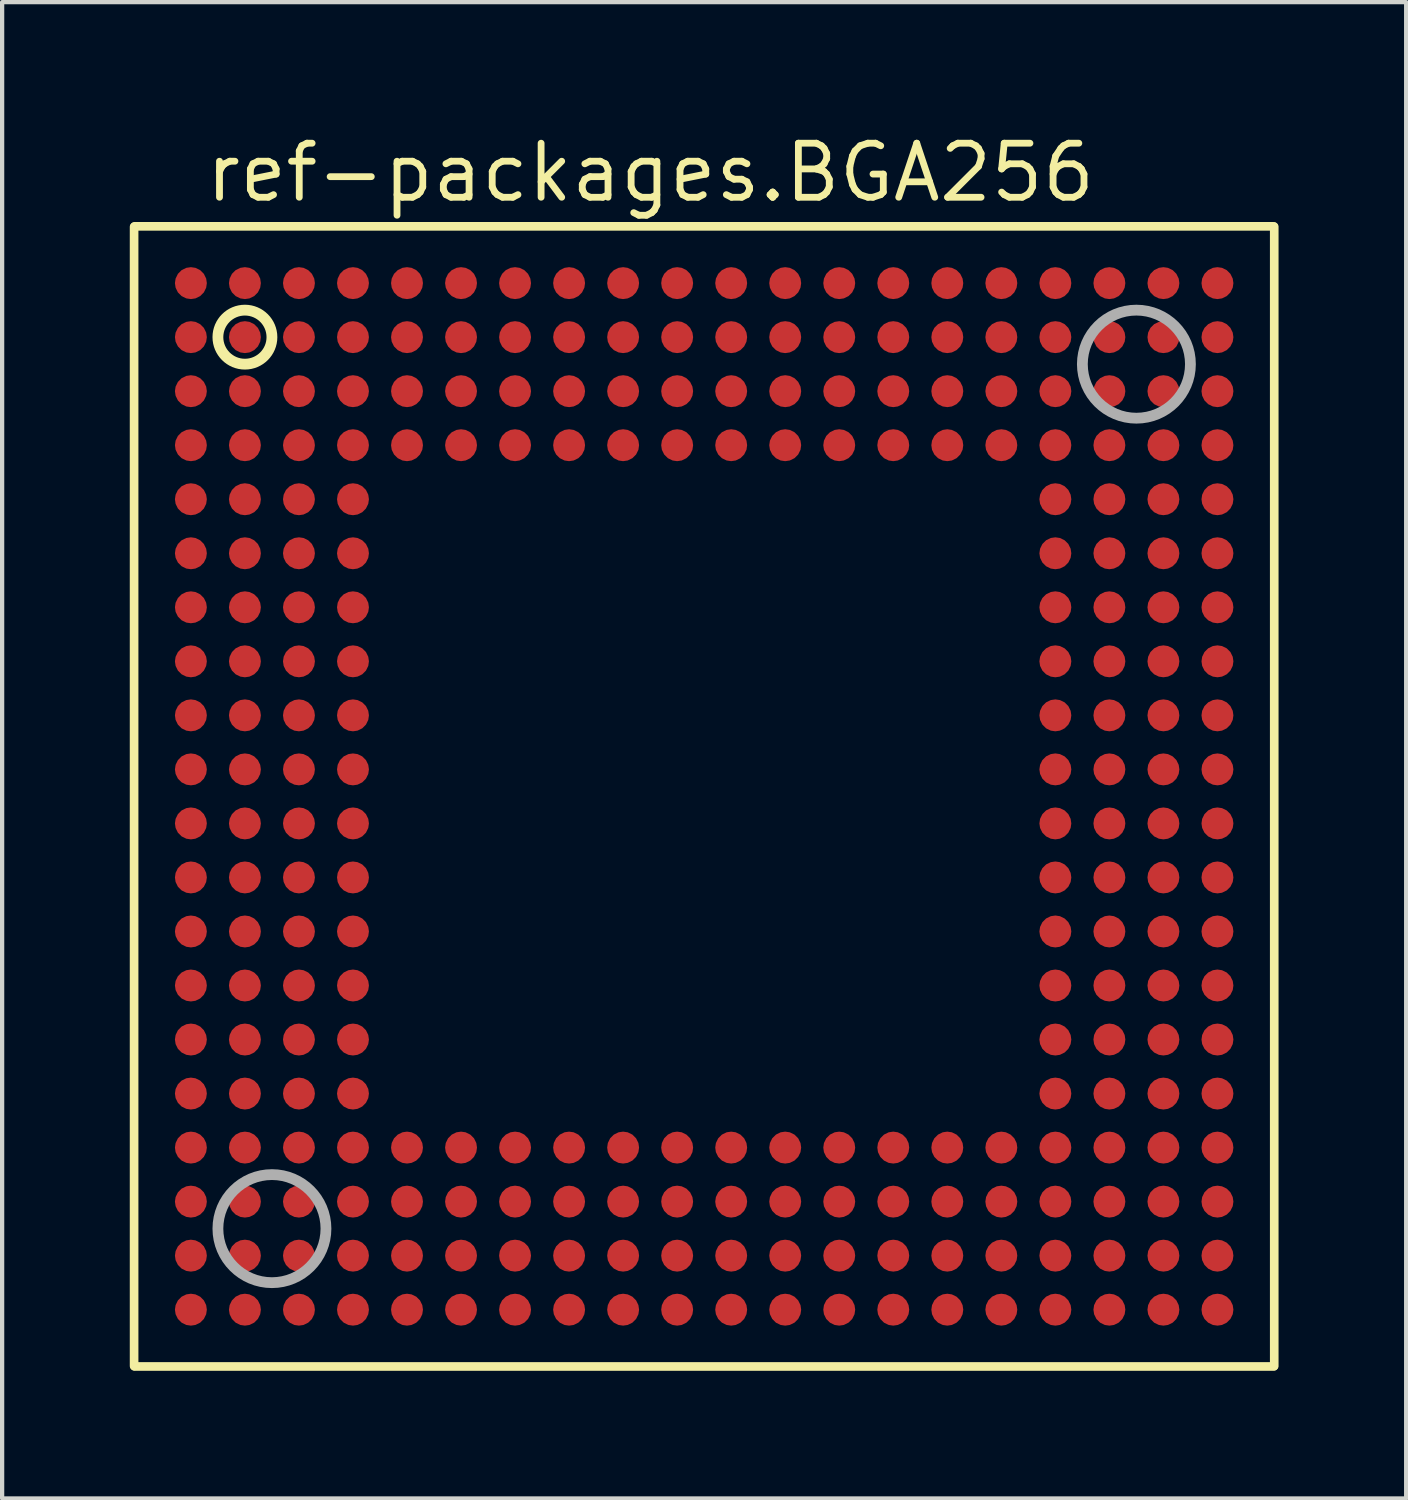
<source format=kicad_pcb>
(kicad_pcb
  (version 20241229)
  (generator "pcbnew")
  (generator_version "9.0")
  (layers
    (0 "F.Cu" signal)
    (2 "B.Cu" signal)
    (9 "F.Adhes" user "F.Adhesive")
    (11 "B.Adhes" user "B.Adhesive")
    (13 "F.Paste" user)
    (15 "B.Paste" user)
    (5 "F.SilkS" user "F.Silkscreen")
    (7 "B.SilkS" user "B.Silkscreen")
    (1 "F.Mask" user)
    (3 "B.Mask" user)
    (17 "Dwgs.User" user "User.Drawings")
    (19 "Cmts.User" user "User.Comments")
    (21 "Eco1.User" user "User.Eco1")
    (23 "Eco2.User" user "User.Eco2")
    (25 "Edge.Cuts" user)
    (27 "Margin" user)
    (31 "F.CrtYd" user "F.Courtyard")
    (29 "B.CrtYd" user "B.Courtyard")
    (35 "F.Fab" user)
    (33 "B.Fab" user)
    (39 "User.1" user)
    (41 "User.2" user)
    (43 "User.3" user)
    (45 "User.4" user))
  (footprint "ref-packages.BGA256"
    (layer "F.Cu")
    (at 13.502 15.67)
    (property "Reference" "ref-packages.BGA256" (at -11.8 -13.92 0) (layer "F.SilkS") (effects (font (size 1.27 1.27) (thickness 0.16)) (justify left bottom)))
    (attr smd)
    (fp_line (start -13.4 13.389) (end -13.4 -13.389) (stroke (width 0.203) (type default)) (layer "F.SilkS"))
    (fp_line (start -13.389 -13.4) (end 13.389 -13.4) (stroke (width 0.203) (type default)) (layer "F.SilkS"))
    (fp_line (start 13.389 13.4) (end -13.389 13.4) (stroke (width 0.203) (type default)) (layer "F.SilkS"))
    (fp_line (start 13.4 -13.389) (end 13.4 13.389) (stroke (width 0.203) (type default)) (layer "F.SilkS"))
    (fp_circle (center -10.795 -10.795) (end -10.16 -10.795) (stroke (width 0.254) (type default)) (fill no) (layer "F.SilkS"))
    (fp_circle (center -10.16 10.16) (end -8.89 10.16) (stroke (width 0.254) (type default)) (fill no) (layer "F.Fab"))
    (fp_circle (center 10.16 -10.16) (end 11.43 -10.16) (stroke (width 0.254) (type default)) (fill no) (layer "F.Fab"))
    (pad "A1" smd roundrect (at -12.065 -12.065) (size 0.75 0.75) (layers "F.Cu" "F.Mask" "F.Paste") (roundrect_rratio 0.5))
    (pad "A2" smd roundrect (at -10.795 -12.065) (size 0.75 0.75) (layers "F.Cu" "F.Mask" "F.Paste") (roundrect_rratio 0.5))
    (pad "A3" smd roundrect (at -9.525 -12.065) (size 0.75 0.75) (layers "F.Cu" "F.Mask" "F.Paste") (roundrect_rratio 0.5))
    (pad "A4" smd roundrect (at -8.255 -12.065) (size 0.75 0.75) (layers "F.Cu" "F.Mask" "F.Paste") (roundrect_rratio 0.5))
    (pad "A5" smd roundrect (at -6.985 -12.065) (size 0.75 0.75) (layers "F.Cu" "F.Mask" "F.Paste") (roundrect_rratio 0.5))
    (pad "A6" smd roundrect (at -5.715 -12.065) (size 0.75 0.75) (layers "F.Cu" "F.Mask" "F.Paste") (roundrect_rratio 0.5))
    (pad "A7" smd roundrect (at -4.445 -12.065) (size 0.75 0.75) (layers "F.Cu" "F.Mask" "F.Paste") (roundrect_rratio 0.5))
    (pad "A8" smd roundrect (at -3.175 -12.065) (size 0.75 0.75) (layers "F.Cu" "F.Mask" "F.Paste") (roundrect_rratio 0.5))
    (pad "A9" smd roundrect (at -1.905 -12.065) (size 0.75 0.75) (layers "F.Cu" "F.Mask" "F.Paste") (roundrect_rratio 0.5))
    (pad "A10" smd roundrect (at -0.635 -12.065) (size 0.75 0.75) (layers "F.Cu" "F.Mask" "F.Paste") (roundrect_rratio 0.5))
    (pad "A11" smd roundrect (at 0.635 -12.065) (size 0.75 0.75) (layers "F.Cu" "F.Mask" "F.Paste") (roundrect_rratio 0.5))
    (pad "A12" smd roundrect (at 1.905 -12.065) (size 0.75 0.75) (layers "F.Cu" "F.Mask" "F.Paste") (roundrect_rratio 0.5))
    (pad "A13" smd roundrect (at 3.175 -12.065) (size 0.75 0.75) (layers "F.Cu" "F.Mask" "F.Paste") (roundrect_rratio 0.5))
    (pad "A14" smd roundrect (at 4.445 -12.065) (size 0.75 0.75) (layers "F.Cu" "F.Mask" "F.Paste") (roundrect_rratio 0.5))
    (pad "A15" smd roundrect (at 5.715 -12.065) (size 0.75 0.75) (layers "F.Cu" "F.Mask" "F.Paste") (roundrect_rratio 0.5))
    (pad "A16" smd roundrect (at 6.985 -12.065) (size 0.75 0.75) (layers "F.Cu" "F.Mask" "F.Paste") (roundrect_rratio 0.5))
    (pad "A17" smd roundrect (at 8.255 -12.065) (size 0.75 0.75) (layers "F.Cu" "F.Mask" "F.Paste") (roundrect_rratio 0.5))
    (pad "A18" smd roundrect (at 9.525 -12.065) (size 0.75 0.75) (layers "F.Cu" "F.Mask" "F.Paste") (roundrect_rratio 0.5))
    (pad "A19" smd roundrect (at 10.795 -12.065) (size 0.75 0.75) (layers "F.Cu" "F.Mask" "F.Paste") (roundrect_rratio 0.5))
    (pad "A20" smd roundrect (at 12.065 -12.065) (size 0.75 0.75) (layers "F.Cu" "F.Mask" "F.Paste") (roundrect_rratio 0.5))
    (pad "B1" smd roundrect (at -12.065 -10.795) (size 0.75 0.75) (layers "F.Cu" "F.Mask" "F.Paste") (roundrect_rratio 0.5))
    (pad "B2" smd roundrect (at -10.795 -10.795) (size 0.75 0.75) (layers "F.Cu" "F.Mask" "F.Paste") (roundrect_rratio 0.5))
    (pad "B3" smd roundrect (at -9.525 -10.795) (size 0.75 0.75) (layers "F.Cu" "F.Mask" "F.Paste") (roundrect_rratio 0.5))
    (pad "B4" smd roundrect (at -8.255 -10.795) (size 0.75 0.75) (layers "F.Cu" "F.Mask" "F.Paste") (roundrect_rratio 0.5))
    (pad "B5" smd roundrect (at -6.985 -10.795) (size 0.75 0.75) (layers "F.Cu" "F.Mask" "F.Paste") (roundrect_rratio 0.5))
    (pad "B6" smd roundrect (at -5.715 -10.795) (size 0.75 0.75) (layers "F.Cu" "F.Mask" "F.Paste") (roundrect_rratio 0.5))
    (pad "B7" smd roundrect (at -4.445 -10.795) (size 0.75 0.75) (layers "F.Cu" "F.Mask" "F.Paste") (roundrect_rratio 0.5))
    (pad "B8" smd roundrect (at -3.175 -10.795) (size 0.75 0.75) (layers "F.Cu" "F.Mask" "F.Paste") (roundrect_rratio 0.5))
    (pad "B9" smd roundrect (at -1.905 -10.795) (size 0.75 0.75) (layers "F.Cu" "F.Mask" "F.Paste") (roundrect_rratio 0.5))
    (pad "B10" smd roundrect (at -0.635 -10.795) (size 0.75 0.75) (layers "F.Cu" "F.Mask" "F.Paste") (roundrect_rratio 0.5))
    (pad "B11" smd roundrect (at 0.635 -10.795) (size 0.75 0.75) (layers "F.Cu" "F.Mask" "F.Paste") (roundrect_rratio 0.5))
    (pad "B12" smd roundrect (at 1.905 -10.795) (size 0.75 0.75) (layers "F.Cu" "F.Mask" "F.Paste") (roundrect_rratio 0.5))
    (pad "B13" smd roundrect (at 3.175 -10.795) (size 0.75 0.75) (layers "F.Cu" "F.Mask" "F.Paste") (roundrect_rratio 0.5))
    (pad "B14" smd roundrect (at 4.445 -10.795) (size 0.75 0.75) (layers "F.Cu" "F.Mask" "F.Paste") (roundrect_rratio 0.5))
    (pad "B15" smd roundrect (at 5.715 -10.795) (size 0.75 0.75) (layers "F.Cu" "F.Mask" "F.Paste") (roundrect_rratio 0.5))
    (pad "B16" smd roundrect (at 6.985 -10.795) (size 0.75 0.75) (layers "F.Cu" "F.Mask" "F.Paste") (roundrect_rratio 0.5))
    (pad "B17" smd roundrect (at 8.255 -10.795) (size 0.75 0.75) (layers "F.Cu" "F.Mask" "F.Paste") (roundrect_rratio 0.5))
    (pad "B18" smd roundrect (at 9.525 -10.795) (size 0.75 0.75) (layers "F.Cu" "F.Mask" "F.Paste") (roundrect_rratio 0.5))
    (pad "B19" smd roundrect (at 10.795 -10.795) (size 0.75 0.75) (layers "F.Cu" "F.Mask" "F.Paste") (roundrect_rratio 0.5))
    (pad "B20" smd roundrect (at 12.065 -10.795) (size 0.75 0.75) (layers "F.Cu" "F.Mask" "F.Paste") (roundrect_rratio 0.5))
    (pad "C1" smd roundrect (at -12.065 -9.525) (size 0.75 0.75) (layers "F.Cu" "F.Mask" "F.Paste") (roundrect_rratio 0.5))
    (pad "C2" smd roundrect (at -10.795 -9.525) (size 0.75 0.75) (layers "F.Cu" "F.Mask" "F.Paste") (roundrect_rratio 0.5))
    (pad "C3" smd roundrect (at -9.525 -9.525) (size 0.75 0.75) (layers "F.Cu" "F.Mask" "F.Paste") (roundrect_rratio 0.5))
    (pad "C4" smd roundrect (at -8.255 -9.525) (size 0.75 0.75) (layers "F.Cu" "F.Mask" "F.Paste") (roundrect_rratio 0.5))
    (pad "C5" smd roundrect (at -6.985 -9.525) (size 0.75 0.75) (layers "F.Cu" "F.Mask" "F.Paste") (roundrect_rratio 0.5))
    (pad "C6" smd roundrect (at -5.715 -9.525) (size 0.75 0.75) (layers "F.Cu" "F.Mask" "F.Paste") (roundrect_rratio 0.5))
    (pad "C7" smd roundrect (at -4.445 -9.525) (size 0.75 0.75) (layers "F.Cu" "F.Mask" "F.Paste") (roundrect_rratio 0.5))
    (pad "C8" smd roundrect (at -3.175 -9.525) (size 0.75 0.75) (layers "F.Cu" "F.Mask" "F.Paste") (roundrect_rratio 0.5))
    (pad "C9" smd roundrect (at -1.905 -9.525) (size 0.75 0.75) (layers "F.Cu" "F.Mask" "F.Paste") (roundrect_rratio 0.5))
    (pad "C10" smd roundrect (at -0.635 -9.525) (size 0.75 0.75) (layers "F.Cu" "F.Mask" "F.Paste") (roundrect_rratio 0.5))
    (pad "C11" smd roundrect (at 0.635 -9.525) (size 0.75 0.75) (layers "F.Cu" "F.Mask" "F.Paste") (roundrect_rratio 0.5))
    (pad "C12" smd roundrect (at 1.905 -9.525) (size 0.75 0.75) (layers "F.Cu" "F.Mask" "F.Paste") (roundrect_rratio 0.5))
    (pad "C13" smd roundrect (at 3.175 -9.525) (size 0.75 0.75) (layers "F.Cu" "F.Mask" "F.Paste") (roundrect_rratio 0.5))
    (pad "C14" smd roundrect (at 4.445 -9.525) (size 0.75 0.75) (layers "F.Cu" "F.Mask" "F.Paste") (roundrect_rratio 0.5))
    (pad "C15" smd roundrect (at 5.715 -9.525) (size 0.75 0.75) (layers "F.Cu" "F.Mask" "F.Paste") (roundrect_rratio 0.5))
    (pad "C16" smd roundrect (at 6.985 -9.525) (size 0.75 0.75) (layers "F.Cu" "F.Mask" "F.Paste") (roundrect_rratio 0.5))
    (pad "C17" smd roundrect (at 8.255 -9.525) (size 0.75 0.75) (layers "F.Cu" "F.Mask" "F.Paste") (roundrect_rratio 0.5))
    (pad "C18" smd roundrect (at 9.525 -9.525) (size 0.75 0.75) (layers "F.Cu" "F.Mask" "F.Paste") (roundrect_rratio 0.5))
    (pad "C19" smd roundrect (at 10.795 -9.525) (size 0.75 0.75) (layers "F.Cu" "F.Mask" "F.Paste") (roundrect_rratio 0.5))
    (pad "C20" smd roundrect (at 12.065 -9.525) (size 0.75 0.75) (layers "F.Cu" "F.Mask" "F.Paste") (roundrect_rratio 0.5))
    (pad "D1" smd roundrect (at -12.065 -8.255) (size 0.75 0.75) (layers "F.Cu" "F.Mask" "F.Paste") (roundrect_rratio 0.5))
    (pad "D2" smd roundrect (at -10.795 -8.255) (size 0.75 0.75) (layers "F.Cu" "F.Mask" "F.Paste") (roundrect_rratio 0.5))
    (pad "D3" smd roundrect (at -9.525 -8.255) (size 0.75 0.75) (layers "F.Cu" "F.Mask" "F.Paste") (roundrect_rratio 0.5))
    (pad "D4" smd roundrect (at -8.255 -8.255) (size 0.75 0.75) (layers "F.Cu" "F.Mask" "F.Paste") (roundrect_rratio 0.5))
    (pad "D5" smd roundrect (at -6.985 -8.255) (size 0.75 0.75) (layers "F.Cu" "F.Mask" "F.Paste") (roundrect_rratio 0.5))
    (pad "D6" smd roundrect (at -5.715 -8.255) (size 0.75 0.75) (layers "F.Cu" "F.Mask" "F.Paste") (roundrect_rratio 0.5))
    (pad "D7" smd roundrect (at -4.445 -8.255) (size 0.75 0.75) (layers "F.Cu" "F.Mask" "F.Paste") (roundrect_rratio 0.5))
    (pad "D8" smd roundrect (at -3.175 -8.255) (size 0.75 0.75) (layers "F.Cu" "F.Mask" "F.Paste") (roundrect_rratio 0.5))
    (pad "D9" smd roundrect (at -1.905 -8.255) (size 0.75 0.75) (layers "F.Cu" "F.Mask" "F.Paste") (roundrect_rratio 0.5))
    (pad "D10" smd roundrect (at -0.635 -8.255) (size 0.75 0.75) (layers "F.Cu" "F.Mask" "F.Paste") (roundrect_rratio 0.5))
    (pad "D11" smd roundrect (at 0.635 -8.255) (size 0.75 0.75) (layers "F.Cu" "F.Mask" "F.Paste") (roundrect_rratio 0.5))
    (pad "D12" smd roundrect (at 1.905 -8.255) (size 0.75 0.75) (layers "F.Cu" "F.Mask" "F.Paste") (roundrect_rratio 0.5))
    (pad "D13" smd roundrect (at 3.175 -8.255) (size 0.75 0.75) (layers "F.Cu" "F.Mask" "F.Paste") (roundrect_rratio 0.5))
    (pad "D14" smd roundrect (at 4.445 -8.255) (size 0.75 0.75) (layers "F.Cu" "F.Mask" "F.Paste") (roundrect_rratio 0.5))
    (pad "D15" smd roundrect (at 5.715 -8.255) (size 0.75 0.75) (layers "F.Cu" "F.Mask" "F.Paste") (roundrect_rratio 0.5))
    (pad "D16" smd roundrect (at 6.985 -8.255) (size 0.75 0.75) (layers "F.Cu" "F.Mask" "F.Paste") (roundrect_rratio 0.5))
    (pad "D17" smd roundrect (at 8.255 -8.255) (size 0.75 0.75) (layers "F.Cu" "F.Mask" "F.Paste") (roundrect_rratio 0.5))
    (pad "D18" smd roundrect (at 9.525 -8.255) (size 0.75 0.75) (layers "F.Cu" "F.Mask" "F.Paste") (roundrect_rratio 0.5))
    (pad "D19" smd roundrect (at 10.795 -8.255) (size 0.75 0.75) (layers "F.Cu" "F.Mask" "F.Paste") (roundrect_rratio 0.5))
    (pad "D20" smd roundrect (at 12.065 -8.255) (size 0.75 0.75) (layers "F.Cu" "F.Mask" "F.Paste") (roundrect_rratio 0.5))
    (pad "E1" smd roundrect (at -12.065 -6.985) (size 0.75 0.75) (layers "F.Cu" "F.Mask" "F.Paste") (roundrect_rratio 0.5))
    (pad "E2" smd roundrect (at -10.795 -6.985) (size 0.75 0.75) (layers "F.Cu" "F.Mask" "F.Paste") (roundrect_rratio 0.5))
    (pad "E3" smd roundrect (at -9.525 -6.985) (size 0.75 0.75) (layers "F.Cu" "F.Mask" "F.Paste") (roundrect_rratio 0.5))
    (pad "E4" smd roundrect (at -8.255 -6.985) (size 0.75 0.75) (layers "F.Cu" "F.Mask" "F.Paste") (roundrect_rratio 0.5))
    (pad "E17" smd roundrect (at 8.255 -6.985) (size 0.75 0.75) (layers "F.Cu" "F.Mask" "F.Paste") (roundrect_rratio 0.5))
    (pad "E18" smd roundrect (at 9.525 -6.985) (size 0.75 0.75) (layers "F.Cu" "F.Mask" "F.Paste") (roundrect_rratio 0.5))
    (pad "E19" smd roundrect (at 10.795 -6.985) (size 0.75 0.75) (layers "F.Cu" "F.Mask" "F.Paste") (roundrect_rratio 0.5))
    (pad "E20" smd roundrect (at 12.065 -6.985) (size 0.75 0.75) (layers "F.Cu" "F.Mask" "F.Paste") (roundrect_rratio 0.5))
    (pad "F1" smd roundrect (at -12.065 -5.715) (size 0.75 0.75) (layers "F.Cu" "F.Mask" "F.Paste") (roundrect_rratio 0.5))
    (pad "F2" smd roundrect (at -10.795 -5.715) (size 0.75 0.75) (layers "F.Cu" "F.Mask" "F.Paste") (roundrect_rratio 0.5))
    (pad "F3" smd roundrect (at -9.525 -5.715) (size 0.75 0.75) (layers "F.Cu" "F.Mask" "F.Paste") (roundrect_rratio 0.5))
    (pad "F4" smd roundrect (at -8.255 -5.715) (size 0.75 0.75) (layers "F.Cu" "F.Mask" "F.Paste") (roundrect_rratio 0.5))
    (pad "F17" smd roundrect (at 8.255 -5.715) (size 0.75 0.75) (layers "F.Cu" "F.Mask" "F.Paste") (roundrect_rratio 0.5))
    (pad "F18" smd roundrect (at 9.525 -5.715) (size 0.75 0.75) (layers "F.Cu" "F.Mask" "F.Paste") (roundrect_rratio 0.5))
    (pad "F19" smd roundrect (at 10.795 -5.715) (size 0.75 0.75) (layers "F.Cu" "F.Mask" "F.Paste") (roundrect_rratio 0.5))
    (pad "F20" smd roundrect (at 12.065 -5.715) (size 0.75 0.75) (layers "F.Cu" "F.Mask" "F.Paste") (roundrect_rratio 0.5))
    (pad "G1" smd roundrect (at -12.065 -4.445) (size 0.75 0.75) (layers "F.Cu" "F.Mask" "F.Paste") (roundrect_rratio 0.5))
    (pad "G2" smd roundrect (at -10.795 -4.445) (size 0.75 0.75) (layers "F.Cu" "F.Mask" "F.Paste") (roundrect_rratio 0.5))
    (pad "G3" smd roundrect (at -9.525 -4.445) (size 0.75 0.75) (layers "F.Cu" "F.Mask" "F.Paste") (roundrect_rratio 0.5))
    (pad "G4" smd roundrect (at -8.255 -4.445) (size 0.75 0.75) (layers "F.Cu" "F.Mask" "F.Paste") (roundrect_rratio 0.5))
    (pad "G17" smd roundrect (at 8.255 -4.445) (size 0.75 0.75) (layers "F.Cu" "F.Mask" "F.Paste") (roundrect_rratio 0.5))
    (pad "G18" smd roundrect (at 9.525 -4.445) (size 0.75 0.75) (layers "F.Cu" "F.Mask" "F.Paste") (roundrect_rratio 0.5))
    (pad "G19" smd roundrect (at 10.795 -4.445) (size 0.75 0.75) (layers "F.Cu" "F.Mask" "F.Paste") (roundrect_rratio 0.5))
    (pad "G20" smd roundrect (at 12.065 -4.445) (size 0.75 0.75) (layers "F.Cu" "F.Mask" "F.Paste") (roundrect_rratio 0.5))
    (pad "H1" smd roundrect (at -12.065 -3.175) (size 0.75 0.75) (layers "F.Cu" "F.Mask" "F.Paste") (roundrect_rratio 0.5))
    (pad "H2" smd roundrect (at -10.795 -3.175) (size 0.75 0.75) (layers "F.Cu" "F.Mask" "F.Paste") (roundrect_rratio 0.5))
    (pad "H3" smd roundrect (at -9.525 -3.175) (size 0.75 0.75) (layers "F.Cu" "F.Mask" "F.Paste") (roundrect_rratio 0.5))
    (pad "H4" smd roundrect (at -8.255 -3.175) (size 0.75 0.75) (layers "F.Cu" "F.Mask" "F.Paste") (roundrect_rratio 0.5))
    (pad "H17" smd roundrect (at 8.255 -3.175) (size 0.75 0.75) (layers "F.Cu" "F.Mask" "F.Paste") (roundrect_rratio 0.5))
    (pad "H18" smd roundrect (at 9.525 -3.175) (size 0.75 0.75) (layers "F.Cu" "F.Mask" "F.Paste") (roundrect_rratio 0.5))
    (pad "H19" smd roundrect (at 10.795 -3.175) (size 0.75 0.75) (layers "F.Cu" "F.Mask" "F.Paste") (roundrect_rratio 0.5))
    (pad "H20" smd roundrect (at 12.065 -3.175) (size 0.75 0.75) (layers "F.Cu" "F.Mask" "F.Paste") (roundrect_rratio 0.5))
    (pad "J1" smd roundrect (at -12.065 -1.905) (size 0.75 0.75) (layers "F.Cu" "F.Mask" "F.Paste") (roundrect_rratio 0.5))
    (pad "J2" smd roundrect (at -10.795 -1.905) (size 0.75 0.75) (layers "F.Cu" "F.Mask" "F.Paste") (roundrect_rratio 0.5))
    (pad "J3" smd roundrect (at -9.525 -1.905) (size 0.75 0.75) (layers "F.Cu" "F.Mask" "F.Paste") (roundrect_rratio 0.5))
    (pad "J4" smd roundrect (at -8.255 -1.905) (size 0.75 0.75) (layers "F.Cu" "F.Mask" "F.Paste") (roundrect_rratio 0.5))
    (pad "J17" smd roundrect (at 8.255 -1.905) (size 0.75 0.75) (layers "F.Cu" "F.Mask" "F.Paste") (roundrect_rratio 0.5))
    (pad "J18" smd roundrect (at 9.525 -1.905) (size 0.75 0.75) (layers "F.Cu" "F.Mask" "F.Paste") (roundrect_rratio 0.5))
    (pad "J19" smd roundrect (at 10.795 -1.905) (size 0.75 0.75) (layers "F.Cu" "F.Mask" "F.Paste") (roundrect_rratio 0.5))
    (pad "J20" smd roundrect (at 12.065 -1.905) (size 0.75 0.75) (layers "F.Cu" "F.Mask" "F.Paste") (roundrect_rratio 0.5))
    (pad "K1" smd roundrect (at -12.065 -0.635) (size 0.75 0.75) (layers "F.Cu" "F.Mask" "F.Paste") (roundrect_rratio 0.5))
    (pad "K2" smd roundrect (at -10.795 -0.635) (size 0.75 0.75) (layers "F.Cu" "F.Mask" "F.Paste") (roundrect_rratio 0.5))
    (pad "K3" smd roundrect (at -9.525 -0.635) (size 0.75 0.75) (layers "F.Cu" "F.Mask" "F.Paste") (roundrect_rratio 0.5))
    (pad "K4" smd roundrect (at -8.255 -0.635) (size 0.75 0.75) (layers "F.Cu" "F.Mask" "F.Paste") (roundrect_rratio 0.5))
    (pad "K17" smd roundrect (at 8.255 -0.635) (size 0.75 0.75) (layers "F.Cu" "F.Mask" "F.Paste") (roundrect_rratio 0.5))
    (pad "K18" smd roundrect (at 9.525 -0.635) (size 0.75 0.75) (layers "F.Cu" "F.Mask" "F.Paste") (roundrect_rratio 0.5))
    (pad "K19" smd roundrect (at 10.795 -0.635) (size 0.75 0.75) (layers "F.Cu" "F.Mask" "F.Paste") (roundrect_rratio 0.5))
    (pad "K20" smd roundrect (at 12.065 -0.635) (size 0.75 0.75) (layers "F.Cu" "F.Mask" "F.Paste") (roundrect_rratio 0.5))
    (pad "L1" smd roundrect (at -12.065 0.635) (size 0.75 0.75) (layers "F.Cu" "F.Mask" "F.Paste") (roundrect_rratio 0.5))
    (pad "L2" smd roundrect (at -10.795 0.635) (size 0.75 0.75) (layers "F.Cu" "F.Mask" "F.Paste") (roundrect_rratio 0.5))
    (pad "L3" smd roundrect (at -9.525 0.635) (size 0.75 0.75) (layers "F.Cu" "F.Mask" "F.Paste") (roundrect_rratio 0.5))
    (pad "L4" smd roundrect (at -8.255 0.635) (size 0.75 0.75) (layers "F.Cu" "F.Mask" "F.Paste") (roundrect_rratio 0.5))
    (pad "L17" smd roundrect (at 8.255 0.635) (size 0.75 0.75) (layers "F.Cu" "F.Mask" "F.Paste") (roundrect_rratio 0.5))
    (pad "L18" smd roundrect (at 9.525 0.635) (size 0.75 0.75) (layers "F.Cu" "F.Mask" "F.Paste") (roundrect_rratio 0.5))
    (pad "L19" smd roundrect (at 10.795 0.635) (size 0.75 0.75) (layers "F.Cu" "F.Mask" "F.Paste") (roundrect_rratio 0.5))
    (pad "L20" smd roundrect (at 12.065 0.635) (size 0.75 0.75) (layers "F.Cu" "F.Mask" "F.Paste") (roundrect_rratio 0.5))
    (pad "M1" smd roundrect (at -12.065 1.905) (size 0.75 0.75) (layers "F.Cu" "F.Mask" "F.Paste") (roundrect_rratio 0.5))
    (pad "M2" smd roundrect (at -10.795 1.905) (size 0.75 0.75) (layers "F.Cu" "F.Mask" "F.Paste") (roundrect_rratio 0.5))
    (pad "M3" smd roundrect (at -9.525 1.905) (size 0.75 0.75) (layers "F.Cu" "F.Mask" "F.Paste") (roundrect_rratio 0.5))
    (pad "M4" smd roundrect (at -8.255 1.905) (size 0.75 0.75) (layers "F.Cu" "F.Mask" "F.Paste") (roundrect_rratio 0.5))
    (pad "M17" smd roundrect (at 8.255 1.905) (size 0.75 0.75) (layers "F.Cu" "F.Mask" "F.Paste") (roundrect_rratio 0.5))
    (pad "M18" smd roundrect (at 9.525 1.905) (size 0.75 0.75) (layers "F.Cu" "F.Mask" "F.Paste") (roundrect_rratio 0.5))
    (pad "M19" smd roundrect (at 10.795 1.905) (size 0.75 0.75) (layers "F.Cu" "F.Mask" "F.Paste") (roundrect_rratio 0.5))
    (pad "M20" smd roundrect (at 12.065 1.905) (size 0.75 0.75) (layers "F.Cu" "F.Mask" "F.Paste") (roundrect_rratio 0.5))
    (pad "N1" smd roundrect (at -12.065 3.175) (size 0.75 0.75) (layers "F.Cu" "F.Mask" "F.Paste") (roundrect_rratio 0.5))
    (pad "N2" smd roundrect (at -10.795 3.175) (size 0.75 0.75) (layers "F.Cu" "F.Mask" "F.Paste") (roundrect_rratio 0.5))
    (pad "N3" smd roundrect (at -9.525 3.175) (size 0.75 0.75) (layers "F.Cu" "F.Mask" "F.Paste") (roundrect_rratio 0.5))
    (pad "N4" smd roundrect (at -8.255 3.175) (size 0.75 0.75) (layers "F.Cu" "F.Mask" "F.Paste") (roundrect_rratio 0.5))
    (pad "N17" smd roundrect (at 8.255 3.175) (size 0.75 0.75) (layers "F.Cu" "F.Mask" "F.Paste") (roundrect_rratio 0.5))
    (pad "N18" smd roundrect (at 9.525 3.175) (size 0.75 0.75) (layers "F.Cu" "F.Mask" "F.Paste") (roundrect_rratio 0.5))
    (pad "N19" smd roundrect (at 10.795 3.175) (size 0.75 0.75) (layers "F.Cu" "F.Mask" "F.Paste") (roundrect_rratio 0.5))
    (pad "N20" smd roundrect (at 12.065 3.175) (size 0.75 0.75) (layers "F.Cu" "F.Mask" "F.Paste") (roundrect_rratio 0.5))
    (pad "P1" smd roundrect (at -12.065 4.445) (size 0.75 0.75) (layers "F.Cu" "F.Mask" "F.Paste") (roundrect_rratio 0.5))
    (pad "P2" smd roundrect (at -10.795 4.445) (size 0.75 0.75) (layers "F.Cu" "F.Mask" "F.Paste") (roundrect_rratio 0.5))
    (pad "P3" smd roundrect (at -9.525 4.445) (size 0.75 0.75) (layers "F.Cu" "F.Mask" "F.Paste") (roundrect_rratio 0.5))
    (pad "P4" smd roundrect (at -8.255 4.445) (size 0.75 0.75) (layers "F.Cu" "F.Mask" "F.Paste") (roundrect_rratio 0.5))
    (pad "P17" smd roundrect (at 8.255 4.445) (size 0.75 0.75) (layers "F.Cu" "F.Mask" "F.Paste") (roundrect_rratio 0.5))
    (pad "P18" smd roundrect (at 9.525 4.445) (size 0.75 0.75) (layers "F.Cu" "F.Mask" "F.Paste") (roundrect_rratio 0.5))
    (pad "P19" smd roundrect (at 10.795 4.445) (size 0.75 0.75) (layers "F.Cu" "F.Mask" "F.Paste") (roundrect_rratio 0.5))
    (pad "P20" smd roundrect (at 12.065 4.445) (size 0.75 0.75) (layers "F.Cu" "F.Mask" "F.Paste") (roundrect_rratio 0.5))
    (pad "R1" smd roundrect (at -12.065 5.715) (size 0.75 0.75) (layers "F.Cu" "F.Mask" "F.Paste") (roundrect_rratio 0.5))
    (pad "R2" smd roundrect (at -10.795 5.715) (size 0.75 0.75) (layers "F.Cu" "F.Mask" "F.Paste") (roundrect_rratio 0.5))
    (pad "R3" smd roundrect (at -9.525 5.715) (size 0.75 0.75) (layers "F.Cu" "F.Mask" "F.Paste") (roundrect_rratio 0.5))
    (pad "R4" smd roundrect (at -8.255 5.715) (size 0.75 0.75) (layers "F.Cu" "F.Mask" "F.Paste") (roundrect_rratio 0.5))
    (pad "R17" smd roundrect (at 8.255 5.715) (size 0.75 0.75) (layers "F.Cu" "F.Mask" "F.Paste") (roundrect_rratio 0.5))
    (pad "R18" smd roundrect (at 9.525 5.715) (size 0.75 0.75) (layers "F.Cu" "F.Mask" "F.Paste") (roundrect_rratio 0.5))
    (pad "R19" smd roundrect (at 10.795 5.715) (size 0.75 0.75) (layers "F.Cu" "F.Mask" "F.Paste") (roundrect_rratio 0.5))
    (pad "R20" smd roundrect (at 12.065 5.715) (size 0.75 0.75) (layers "F.Cu" "F.Mask" "F.Paste") (roundrect_rratio 0.5))
    (pad "T1" smd roundrect (at -12.065 6.985) (size 0.75 0.75) (layers "F.Cu" "F.Mask" "F.Paste") (roundrect_rratio 0.5))
    (pad "T2" smd roundrect (at -10.795 6.985) (size 0.75 0.75) (layers "F.Cu" "F.Mask" "F.Paste") (roundrect_rratio 0.5))
    (pad "T3" smd roundrect (at -9.525 6.985) (size 0.75 0.75) (layers "F.Cu" "F.Mask" "F.Paste") (roundrect_rratio 0.5))
    (pad "T4" smd roundrect (at -8.255 6.985) (size 0.75 0.75) (layers "F.Cu" "F.Mask" "F.Paste") (roundrect_rratio 0.5))
    (pad "T17" smd roundrect (at 8.255 6.985) (size 0.75 0.75) (layers "F.Cu" "F.Mask" "F.Paste") (roundrect_rratio 0.5))
    (pad "T18" smd roundrect (at 9.525 6.985) (size 0.75 0.75) (layers "F.Cu" "F.Mask" "F.Paste") (roundrect_rratio 0.5))
    (pad "T19" smd roundrect (at 10.795 6.985) (size 0.75 0.75) (layers "F.Cu" "F.Mask" "F.Paste") (roundrect_rratio 0.5))
    (pad "T20" smd roundrect (at 12.065 6.985) (size 0.75 0.75) (layers "F.Cu" "F.Mask" "F.Paste") (roundrect_rratio 0.5))
    (pad "U1" smd roundrect (at -12.065 8.255) (size 0.75 0.75) (layers "F.Cu" "F.Mask" "F.Paste") (roundrect_rratio 0.5))
    (pad "U2" smd roundrect (at -10.795 8.255) (size 0.75 0.75) (layers "F.Cu" "F.Mask" "F.Paste") (roundrect_rratio 0.5))
    (pad "U3" smd roundrect (at -9.525 8.255) (size 0.75 0.75) (layers "F.Cu" "F.Mask" "F.Paste") (roundrect_rratio 0.5))
    (pad "U4" smd roundrect (at -8.255 8.255) (size 0.75 0.75) (layers "F.Cu" "F.Mask" "F.Paste") (roundrect_rratio 0.5))
    (pad "U5" smd roundrect (at -6.985 8.255) (size 0.75 0.75) (layers "F.Cu" "F.Mask" "F.Paste") (roundrect_rratio 0.5))
    (pad "U6" smd roundrect (at -5.715 8.255) (size 0.75 0.75) (layers "F.Cu" "F.Mask" "F.Paste") (roundrect_rratio 0.5))
    (pad "U7" smd roundrect (at -4.445 8.255) (size 0.75 0.75) (layers "F.Cu" "F.Mask" "F.Paste") (roundrect_rratio 0.5))
    (pad "U8" smd roundrect (at -3.175 8.255) (size 0.75 0.75) (layers "F.Cu" "F.Mask" "F.Paste") (roundrect_rratio 0.5))
    (pad "U9" smd roundrect (at -1.905 8.255) (size 0.75 0.75) (layers "F.Cu" "F.Mask" "F.Paste") (roundrect_rratio 0.5))
    (pad "U10" smd roundrect (at -0.635 8.255) (size 0.75 0.75) (layers "F.Cu" "F.Mask" "F.Paste") (roundrect_rratio 0.5))
    (pad "U11" smd roundrect (at 0.635 8.255) (size 0.75 0.75) (layers "F.Cu" "F.Mask" "F.Paste") (roundrect_rratio 0.5))
    (pad "U12" smd roundrect (at 1.905 8.255) (size 0.75 0.75) (layers "F.Cu" "F.Mask" "F.Paste") (roundrect_rratio 0.5))
    (pad "U13" smd roundrect (at 3.175 8.255) (size 0.75 0.75) (layers "F.Cu" "F.Mask" "F.Paste") (roundrect_rratio 0.5))
    (pad "U14" smd roundrect (at 4.445 8.255) (size 0.75 0.75) (layers "F.Cu" "F.Mask" "F.Paste") (roundrect_rratio 0.5))
    (pad "U15" smd roundrect (at 5.715 8.255) (size 0.75 0.75) (layers "F.Cu" "F.Mask" "F.Paste") (roundrect_rratio 0.5))
    (pad "U16" smd roundrect (at 6.985 8.255) (size 0.75 0.75) (layers "F.Cu" "F.Mask" "F.Paste") (roundrect_rratio 0.5))
    (pad "U17" smd roundrect (at 8.255 8.255) (size 0.75 0.75) (layers "F.Cu" "F.Mask" "F.Paste") (roundrect_rratio 0.5))
    (pad "U18" smd roundrect (at 9.525 8.255) (size 0.75 0.75) (layers "F.Cu" "F.Mask" "F.Paste") (roundrect_rratio 0.5))
    (pad "U19" smd roundrect (at 10.795 8.255) (size 0.75 0.75) (layers "F.Cu" "F.Mask" "F.Paste") (roundrect_rratio 0.5))
    (pad "U20" smd roundrect (at 12.065 8.255) (size 0.75 0.75) (layers "F.Cu" "F.Mask" "F.Paste") (roundrect_rratio 0.5))
    (pad "V1" smd roundrect (at -12.065 9.525) (size 0.75 0.75) (layers "F.Cu" "F.Mask" "F.Paste") (roundrect_rratio 0.5))
    (pad "V2" smd roundrect (at -10.795 9.525) (size 0.75 0.75) (layers "F.Cu" "F.Mask" "F.Paste") (roundrect_rratio 0.5))
    (pad "V3" smd roundrect (at -9.525 9.525) (size 0.75 0.75) (layers "F.Cu" "F.Mask" "F.Paste") (roundrect_rratio 0.5))
    (pad "V4" smd roundrect (at -8.255 9.525) (size 0.75 0.75) (layers "F.Cu" "F.Mask" "F.Paste") (roundrect_rratio 0.5))
    (pad "V5" smd roundrect (at -6.985 9.525) (size 0.75 0.75) (layers "F.Cu" "F.Mask" "F.Paste") (roundrect_rratio 0.5))
    (pad "V6" smd roundrect (at -5.715 9.525) (size 0.75 0.75) (layers "F.Cu" "F.Mask" "F.Paste") (roundrect_rratio 0.5))
    (pad "V7" smd roundrect (at -4.445 9.525) (size 0.75 0.75) (layers "F.Cu" "F.Mask" "F.Paste") (roundrect_rratio 0.5))
    (pad "V8" smd roundrect (at -3.175 9.525) (size 0.75 0.75) (layers "F.Cu" "F.Mask" "F.Paste") (roundrect_rratio 0.5))
    (pad "V9" smd roundrect (at -1.905 9.525) (size 0.75 0.75) (layers "F.Cu" "F.Mask" "F.Paste") (roundrect_rratio 0.5))
    (pad "V10" smd roundrect (at -0.635 9.525) (size 0.75 0.75) (layers "F.Cu" "F.Mask" "F.Paste") (roundrect_rratio 0.5))
    (pad "V11" smd roundrect (at 0.635 9.525) (size 0.75 0.75) (layers "F.Cu" "F.Mask" "F.Paste") (roundrect_rratio 0.5))
    (pad "V12" smd roundrect (at 1.905 9.525) (size 0.75 0.75) (layers "F.Cu" "F.Mask" "F.Paste") (roundrect_rratio 0.5))
    (pad "V13" smd roundrect (at 3.175 9.525) (size 0.75 0.75) (layers "F.Cu" "F.Mask" "F.Paste") (roundrect_rratio 0.5))
    (pad "V14" smd roundrect (at 4.445 9.525) (size 0.75 0.75) (layers "F.Cu" "F.Mask" "F.Paste") (roundrect_rratio 0.5))
    (pad "V15" smd roundrect (at 5.715 9.525) (size 0.75 0.75) (layers "F.Cu" "F.Mask" "F.Paste") (roundrect_rratio 0.5))
    (pad "V16" smd roundrect (at 6.985 9.525) (size 0.75 0.75) (layers "F.Cu" "F.Mask" "F.Paste") (roundrect_rratio 0.5))
    (pad "V17" smd roundrect (at 8.255 9.525) (size 0.75 0.75) (layers "F.Cu" "F.Mask" "F.Paste") (roundrect_rratio 0.5))
    (pad "V18" smd roundrect (at 9.525 9.525) (size 0.75 0.75) (layers "F.Cu" "F.Mask" "F.Paste") (roundrect_rratio 0.5))
    (pad "V19" smd roundrect (at 10.795 9.525) (size 0.75 0.75) (layers "F.Cu" "F.Mask" "F.Paste") (roundrect_rratio 0.5))
    (pad "V20" smd roundrect (at 12.065 9.525) (size 0.75 0.75) (layers "F.Cu" "F.Mask" "F.Paste") (roundrect_rratio 0.5))
    (pad "W1" smd roundrect (at -12.065 10.795) (size 0.75 0.75) (layers "F.Cu" "F.Mask" "F.Paste") (roundrect_rratio 0.5))
    (pad "W2" smd roundrect (at -10.795 10.795) (size 0.75 0.75) (layers "F.Cu" "F.Mask" "F.Paste") (roundrect_rratio 0.5))
    (pad "W3" smd roundrect (at -9.525 10.795) (size 0.75 0.75) (layers "F.Cu" "F.Mask" "F.Paste") (roundrect_rratio 0.5))
    (pad "W4" smd roundrect (at -8.255 10.795) (size 0.75 0.75) (layers "F.Cu" "F.Mask" "F.Paste") (roundrect_rratio 0.5))
    (pad "W5" smd roundrect (at -6.985 10.795) (size 0.75 0.75) (layers "F.Cu" "F.Mask" "F.Paste") (roundrect_rratio 0.5))
    (pad "W6" smd roundrect (at -5.715 10.795) (size 0.75 0.75) (layers "F.Cu" "F.Mask" "F.Paste") (roundrect_rratio 0.5))
    (pad "W7" smd roundrect (at -4.445 10.795) (size 0.75 0.75) (layers "F.Cu" "F.Mask" "F.Paste") (roundrect_rratio 0.5))
    (pad "W8" smd roundrect (at -3.175 10.795) (size 0.75 0.75) (layers "F.Cu" "F.Mask" "F.Paste") (roundrect_rratio 0.5))
    (pad "W9" smd roundrect (at -1.905 10.795) (size 0.75 0.75) (layers "F.Cu" "F.Mask" "F.Paste") (roundrect_rratio 0.5))
    (pad "W10" smd roundrect (at -0.635 10.795) (size 0.75 0.75) (layers "F.Cu" "F.Mask" "F.Paste") (roundrect_rratio 0.5))
    (pad "W11" smd roundrect (at 0.635 10.795) (size 0.75 0.75) (layers "F.Cu" "F.Mask" "F.Paste") (roundrect_rratio 0.5))
    (pad "W12" smd roundrect (at 1.905 10.795) (size 0.75 0.75) (layers "F.Cu" "F.Mask" "F.Paste") (roundrect_rratio 0.5))
    (pad "W13" smd roundrect (at 3.175 10.795) (size 0.75 0.75) (layers "F.Cu" "F.Mask" "F.Paste") (roundrect_rratio 0.5))
    (pad "W14" smd roundrect (at 4.445 10.795) (size 0.75 0.75) (layers "F.Cu" "F.Mask" "F.Paste") (roundrect_rratio 0.5))
    (pad "W15" smd roundrect (at 5.715 10.795) (size 0.75 0.75) (layers "F.Cu" "F.Mask" "F.Paste") (roundrect_rratio 0.5))
    (pad "W16" smd roundrect (at 6.985 10.795) (size 0.75 0.75) (layers "F.Cu" "F.Mask" "F.Paste") (roundrect_rratio 0.5))
    (pad "W17" smd roundrect (at 8.255 10.795) (size 0.75 0.75) (layers "F.Cu" "F.Mask" "F.Paste") (roundrect_rratio 0.5))
    (pad "W18" smd roundrect (at 9.525 10.795) (size 0.75 0.75) (layers "F.Cu" "F.Mask" "F.Paste") (roundrect_rratio 0.5))
    (pad "W19" smd roundrect (at 10.795 10.795) (size 0.75 0.75) (layers "F.Cu" "F.Mask" "F.Paste") (roundrect_rratio 0.5))
    (pad "W20" smd roundrect (at 12.065 10.795) (size 0.75 0.75) (layers "F.Cu" "F.Mask" "F.Paste") (roundrect_rratio 0.5))
    (pad "Y1" smd roundrect (at -12.065 12.065) (size 0.75 0.75) (layers "F.Cu" "F.Mask" "F.Paste") (roundrect_rratio 0.5))
    (pad "Y2" smd roundrect (at -10.795 12.065) (size 0.75 0.75) (layers "F.Cu" "F.Mask" "F.Paste") (roundrect_rratio 0.5))
    (pad "Y3" smd roundrect (at -9.525 12.065) (size 0.75 0.75) (layers "F.Cu" "F.Mask" "F.Paste") (roundrect_rratio 0.5))
    (pad "Y4" smd roundrect (at -8.255 12.065) (size 0.75 0.75) (layers "F.Cu" "F.Mask" "F.Paste") (roundrect_rratio 0.5))
    (pad "Y5" smd roundrect (at -6.985 12.065) (size 0.75 0.75) (layers "F.Cu" "F.Mask" "F.Paste") (roundrect_rratio 0.5))
    (pad "Y6" smd roundrect (at -5.715 12.065) (size 0.75 0.75) (layers "F.Cu" "F.Mask" "F.Paste") (roundrect_rratio 0.5))
    (pad "Y7" smd roundrect (at -4.445 12.065) (size 0.75 0.75) (layers "F.Cu" "F.Mask" "F.Paste") (roundrect_rratio 0.5))
    (pad "Y8" smd roundrect (at -3.175 12.065) (size 0.75 0.75) (layers "F.Cu" "F.Mask" "F.Paste") (roundrect_rratio 0.5))
    (pad "Y9" smd roundrect (at -1.905 12.065) (size 0.75 0.75) (layers "F.Cu" "F.Mask" "F.Paste") (roundrect_rratio 0.5))
    (pad "Y10" smd roundrect (at -0.635 12.065) (size 0.75 0.75) (layers "F.Cu" "F.Mask" "F.Paste") (roundrect_rratio 0.5))
    (pad "Y11" smd roundrect (at 0.635 12.065) (size 0.75 0.75) (layers "F.Cu" "F.Mask" "F.Paste") (roundrect_rratio 0.5))
    (pad "Y12" smd roundrect (at 1.905 12.065) (size 0.75 0.75) (layers "F.Cu" "F.Mask" "F.Paste") (roundrect_rratio 0.5))
    (pad "Y13" smd roundrect (at 3.175 12.065) (size 0.75 0.75) (layers "F.Cu" "F.Mask" "F.Paste") (roundrect_rratio 0.5))
    (pad "Y14" smd roundrect (at 4.445 12.065) (size 0.75 0.75) (layers "F.Cu" "F.Mask" "F.Paste") (roundrect_rratio 0.5))
    (pad "Y15" smd roundrect (at 5.715 12.065) (size 0.75 0.75) (layers "F.Cu" "F.Mask" "F.Paste") (roundrect_rratio 0.5))
    (pad "Y16" smd roundrect (at 6.985 12.065) (size 0.75 0.75) (layers "F.Cu" "F.Mask" "F.Paste") (roundrect_rratio 0.5))
    (pad "Y17" smd roundrect (at 8.255 12.065) (size 0.75 0.75) (layers "F.Cu" "F.Mask" "F.Paste") (roundrect_rratio 0.5))
    (pad "Y18" smd roundrect (at 9.525 12.065) (size 0.75 0.75) (layers "F.Cu" "F.Mask" "F.Paste") (roundrect_rratio 0.5))
    (pad "Y19" smd roundrect (at 10.795 12.065) (size 0.75 0.75) (layers "F.Cu" "F.Mask" "F.Paste") (roundrect_rratio 0.5))
    (pad "Y20" smd roundrect (at 12.065 12.065) (size 0.75 0.75) (layers "F.Cu" "F.Mask" "F.Paste") (roundrect_rratio 0.5)))
  (gr_rect
    (start -3 -3)
    (end 30.003 32.172)
    (stroke (width 0.1) (type default))
    (fill no)
    (layer "Edge.Cuts")))
</source>
